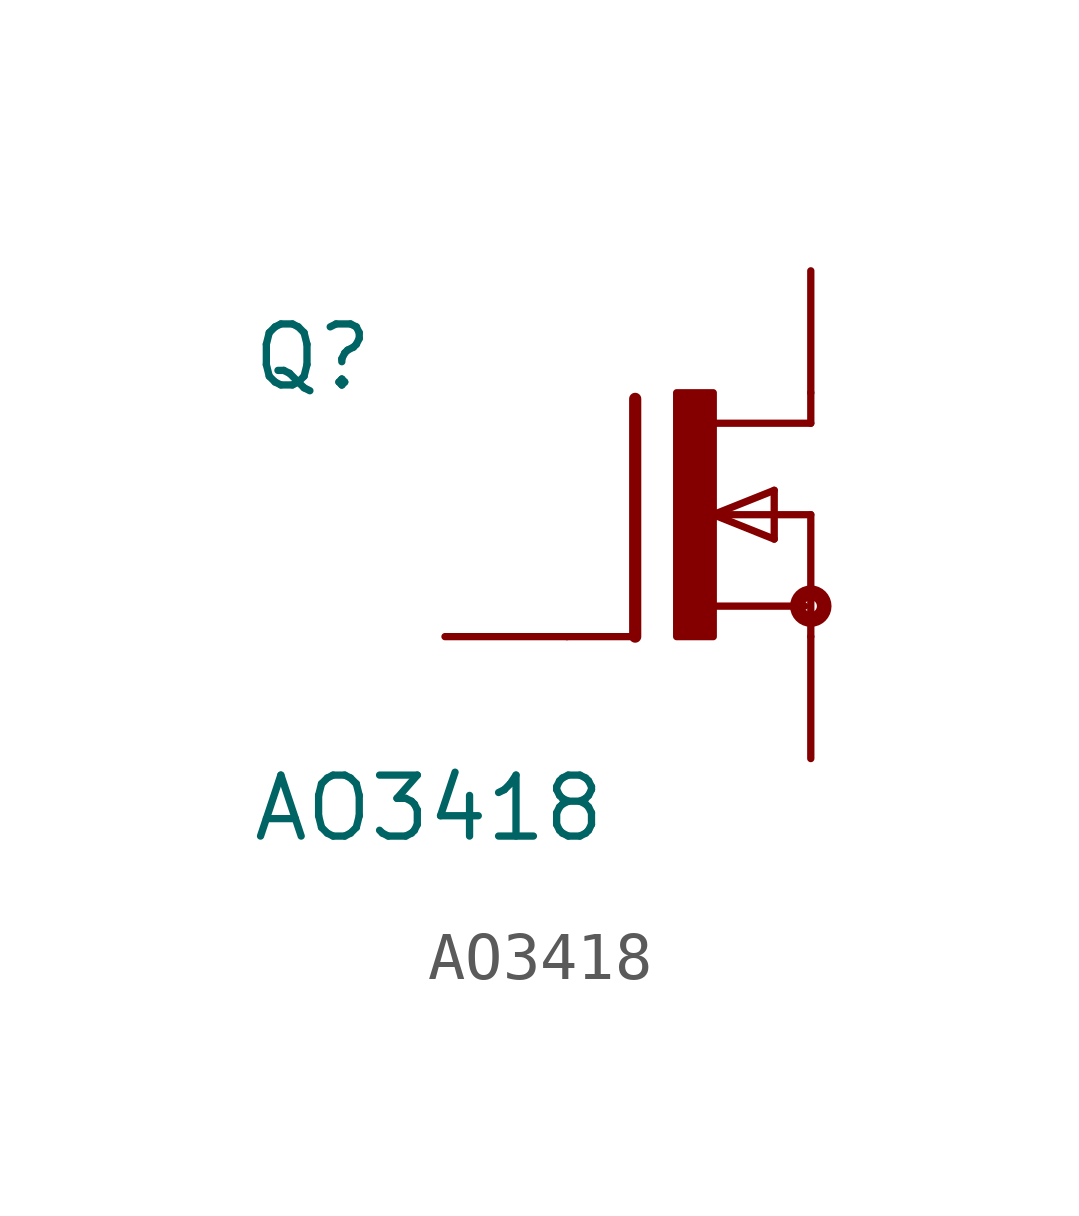
<source format=kicad_sym>
(kicad_symbol_lib
  (version 20211014)
  (generator kicad_symbol_editor)
  (symbol "AO3418"
    (pin_numbers hide)
    (pin_names
      (offset 1.016) hide)
    (property "Reference" "Q"
      (at -11.684 2.54 0)
      (effects (font (size 1.27 1.27)) (justify left bottom)))
    (property "Value" "AO3418"
      (at -11.684 -6.858 0)
      (effects (font (size 1.27 1.27)) (justify left bottom)))
    (property "ki_locked" ""
      (at 0 0 0)
      (effects (font (size 1.27 1.27))))
    (symbol "AO3418_0_0"
      (rectangle (start -2.794 -2.54) (end -2.032 2.54) (stroke (width 0) (type default) (color 0 0 0 0)) (fill (type outline)))
      (circle (center 0 -1.905) (radius 0.127) (stroke (width 0.305) (type default) (color 0 0 0 0)) (fill (type none)))
      (polyline (pts (xy -3.658 -2.54) (xy -5.08 -2.54)) (stroke (width 0.152) (type default) (color 0 0 0 0)) (fill (type none)))
      (polyline (pts (xy -3.658 2.413) (xy -3.658 -2.54)) (stroke (width 0.254) (type default) (color 0 0 0 0)) (fill (type none)))
      (polyline (pts (xy -2.032 -1.905) (xy -0.127 -1.905)) (stroke (width 0.152) (type default) (color 0 0 0 0)) (fill (type none)))
      (polyline (pts (xy -2.032 0) (xy -0.762 0.508)) (stroke (width 0.152) (type default) (color 0 0 0 0)) (fill (type none)))
      (polyline (pts (xy -2.032 0) (xy 0 0)) (stroke (width 0.152) (type default) (color 0 0 0 0)) (fill (type none)))
      (polyline (pts (xy -0.762 -0.508) (xy -2.032 0)) (stroke (width 0.152) (type default) (color 0 0 0 0)) (fill (type none)))
      (polyline (pts (xy -0.762 0.508) (xy -0.762 -0.508)) (stroke (width 0.152) (type default) (color 0 0 0 0)) (fill (type none)))
      (polyline (pts (xy 0 0) (xy 0 -2.54)) (stroke (width 0.152) (type default) (color 0 0 0 0)) (fill (type none)))
      (polyline (pts (xy 0 1.905) (xy -2.007 1.905)) (stroke (width 0.152) (type default) (color 0 0 0 0)) (fill (type none)))
      (polyline (pts (xy 0 2.54) (xy 0 1.905)) (stroke (width 0.152) (type default) (color 0 0 0 0)) (fill (type none)))
      (pin passive line (at -7.62 -2.54 0) (length 2.54) (name "~" (effects (font (size 1.016 1.016)))) (number "1" (effects (font (size 1.016 1.016)))))
      (pin passive line (at 0 -5.08 90) (length 2.54) (name "~" (effects (font (size 1.016 1.016)))) (number "2" (effects (font (size 1.016 1.016)))))
      (pin passive line (at 0 5.08 270) (length 2.54) (name "~" (effects (font (size 1.016 1.016)))) (number "3" (effects (font (size 1.016 1.016))))))))
</source>
